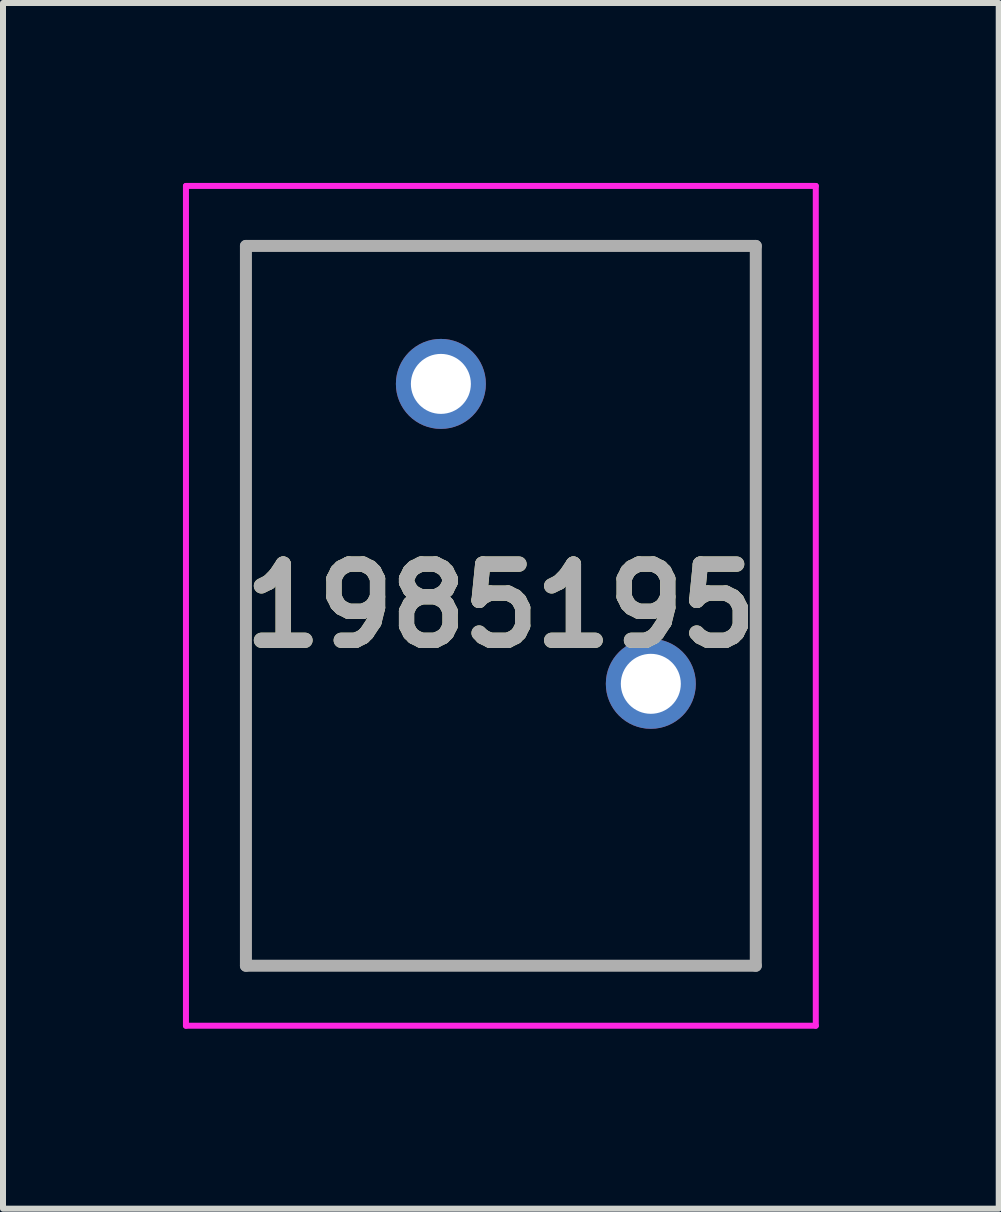
<source format=kicad_pcb>
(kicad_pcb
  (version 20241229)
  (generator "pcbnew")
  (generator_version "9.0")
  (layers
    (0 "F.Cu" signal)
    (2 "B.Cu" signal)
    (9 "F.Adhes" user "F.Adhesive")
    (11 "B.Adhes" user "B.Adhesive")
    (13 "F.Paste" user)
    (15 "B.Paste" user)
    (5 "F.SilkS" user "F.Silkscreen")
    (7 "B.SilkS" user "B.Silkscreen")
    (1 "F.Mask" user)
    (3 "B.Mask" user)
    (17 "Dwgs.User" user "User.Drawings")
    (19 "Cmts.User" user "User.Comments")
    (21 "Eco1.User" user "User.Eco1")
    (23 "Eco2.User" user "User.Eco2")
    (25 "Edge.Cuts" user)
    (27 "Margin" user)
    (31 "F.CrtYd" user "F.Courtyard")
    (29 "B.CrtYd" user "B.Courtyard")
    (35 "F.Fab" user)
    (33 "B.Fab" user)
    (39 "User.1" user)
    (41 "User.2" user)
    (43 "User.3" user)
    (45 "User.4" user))
  (footprint "1985195"
    (layer "F.Cu")
    (at 1.05 3.35)
    (property "Reference" "1985195" (at 4.25 3.7 0) (layer "F.SilkS") (effects (font (size 1.27 1.27) (thickness 0.254))))
    (attr through_hole)
    (fp_line (start 0 -2.3) (end 0 -2.3) (stroke (width 0.1) (type solid)) (layer "F.SilkS"))
    (fp_line (start 0 -2.3) (end 8.5 -2.3) (stroke (width 0.1) (type solid)) (layer "F.SilkS"))
    (fp_line (start 0 9.7) (end 0 -2.3) (stroke (width 0.1) (type solid)) (layer "F.SilkS"))
    (fp_line (start 8.5 -2.3) (end 8.5 9.7) (stroke (width 0.1) (type solid)) (layer "F.SilkS"))
    (fp_line (start 8.5 9.7) (end 0 9.7) (stroke (width 0.1) (type solid)) (layer "F.SilkS"))
    (fp_line (start -1 -3.3) (end 9.5 -3.3) (stroke (width 0.1) (type solid)) (layer "F.CrtYd"))
    (fp_line (start -1 10.7) (end -1 -3.3) (stroke (width 0.1) (type solid)) (layer "F.CrtYd"))
    (fp_line (start 9.5 -3.3) (end 9.5 10.7) (stroke (width 0.1) (type solid)) (layer "F.CrtYd"))
    (fp_line (start 9.5 10.7) (end -1 10.7) (stroke (width 0.1) (type solid)) (layer "F.CrtYd"))
    (fp_line (start 0 -2.3) (end 8.5 -2.3) (stroke (width 0.2) (type solid)) (layer "F.Fab"))
    (fp_line (start 0 9.7) (end 0 -2.3) (stroke (width 0.2) (type solid)) (layer "F.Fab"))
    (fp_line (start 8.5 -2.3) (end 8.5 9.7) (stroke (width 0.2) (type solid)) (layer "F.Fab"))
    (fp_line (start 8.5 9.7) (end 0 9.7) (stroke (width 0.2) (type solid)) (layer "F.Fab"))
    (fp_text user "${REFERENCE}" (at 4.25 3.7 0) (layer "F.Fab") (effects (font (size 1.27 1.27) (thickness 0.254))))
    (pad "1" thru_hole circle (at 6.75 5) (size 1.5 1.5) (drill 1) (layers "*.Cu" "*.Mask"))
    (pad "2" thru_hole circle (at 3.25 0) (size 1.5 1.5) (drill 1) (layers "*.Cu" "*.Mask")))
  (gr_rect
    (start -3 -3)
    (end 13.6 17.1)
    (stroke (width 0.1) (type default))
    (fill no)
    (layer "Edge.Cuts")))
</source>
